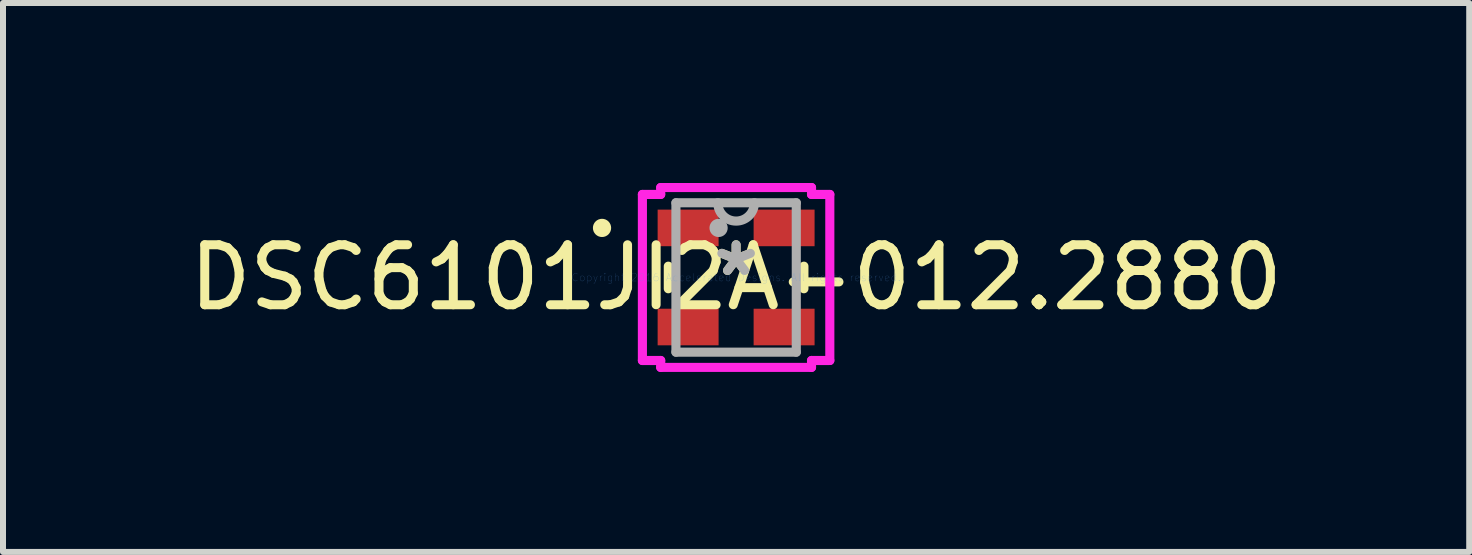
<source format=kicad_pcb>
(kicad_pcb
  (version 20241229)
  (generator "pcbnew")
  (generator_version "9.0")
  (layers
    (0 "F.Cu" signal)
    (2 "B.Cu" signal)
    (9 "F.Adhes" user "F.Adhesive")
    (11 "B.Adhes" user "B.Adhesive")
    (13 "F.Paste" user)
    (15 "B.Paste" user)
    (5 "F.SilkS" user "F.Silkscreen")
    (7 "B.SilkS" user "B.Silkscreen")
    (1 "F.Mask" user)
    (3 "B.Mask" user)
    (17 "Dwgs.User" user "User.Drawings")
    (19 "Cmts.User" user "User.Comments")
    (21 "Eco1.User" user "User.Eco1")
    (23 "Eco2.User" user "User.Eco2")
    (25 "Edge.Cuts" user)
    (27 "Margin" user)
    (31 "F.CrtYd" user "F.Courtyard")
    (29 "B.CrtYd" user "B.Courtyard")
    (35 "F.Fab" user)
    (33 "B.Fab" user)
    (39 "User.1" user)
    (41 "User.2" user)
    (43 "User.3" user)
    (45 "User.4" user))
  (footprint "DSC6101JI2A-012.2880"
    (layer "F.Cu")
    (at 9.22 1.575)
    (property "Reference" "DSC6101JI2A-012.2880" (at 0 0 0) (layer "F.SilkS") (effects (font (size 1 1) (thickness 0.15))))
    (attr through_hole)
    (fp_line (start -1.13 -0.188) (end -1.13 0.188) (stroke (width 0.152) (type solid)) (layer "F.SilkS"))
    (fp_line (start 1.13 0.188) (end 1.13 -0.188) (stroke (width 0.152) (type solid)) (layer "F.SilkS"))
    (fp_circle (center -2.235 -0.826) (end -2.159 -0.826) (stroke (width 0.152) (type solid)) (fill no) (layer "F.SilkS"))
    (fp_line (start -1.562 -1.384) (end -1.257 -1.384) (stroke (width 0.152) (type solid)) (layer "F.CrtYd"))
    (fp_line (start -1.562 1.384) (end -1.562 -1.384) (stroke (width 0.152) (type solid)) (layer "F.CrtYd"))
    (fp_line (start -1.257 -1.499) (end 1.257 -1.499) (stroke (width 0.152) (type solid)) (layer "F.CrtYd"))
    (fp_line (start -1.257 -1.384) (end -1.257 -1.499) (stroke (width 0.152) (type solid)) (layer "F.CrtYd"))
    (fp_line (start -1.257 1.384) (end -1.562 1.384) (stroke (width 0.152) (type solid)) (layer "F.CrtYd"))
    (fp_line (start -1.257 1.499) (end -1.257 1.384) (stroke (width 0.152) (type solid)) (layer "F.CrtYd"))
    (fp_line (start 1.257 -1.499) (end 1.257 -1.384) (stroke (width 0.152) (type solid)) (layer "F.CrtYd"))
    (fp_line (start 1.257 -1.384) (end 1.562 -1.384) (stroke (width 0.152) (type solid)) (layer "F.CrtYd"))
    (fp_line (start 1.257 1.384) (end 1.257 1.499) (stroke (width 0.152) (type solid)) (layer "F.CrtYd"))
    (fp_line (start 1.257 1.499) (end -1.257 1.499) (stroke (width 0.152) (type solid)) (layer "F.CrtYd"))
    (fp_line (start 1.562 -1.384) (end 1.562 1.384) (stroke (width 0.152) (type solid)) (layer "F.CrtYd"))
    (fp_line (start 1.562 1.384) (end 1.257 1.384) (stroke (width 0.152) (type solid)) (layer "F.CrtYd"))
    (fp_line (start -1.003 -1.245) (end -1.003 1.245) (stroke (width 0.152) (type solid)) (layer "F.Fab"))
    (fp_line (start -1.003 1.245) (end 1.003 1.245) (stroke (width 0.152) (type solid)) (layer "F.Fab"))
    (fp_line (start 1.003 -1.245) (end -1.003 -1.245) (stroke (width 0.152) (type solid)) (layer "F.Fab"))
    (fp_line (start 1.003 1.245) (end 1.003 -1.245) (stroke (width 0.152) (type solid)) (layer "F.Fab"))
    (fp_arc (start 0.3048 -1.2446) (mid 0 -0.9398) (end -0.3048 -1.2446) (stroke (width 0.1524) (type solid)) (layer "F.Fab"))
    (fp_circle (center -0.292 -0.826) (end -0.216 -0.826) (stroke (width 0.152) (type solid)) (fill no) (layer "F.Fab"))
    (fp_text user "*" (at 0 0 0) (layer "F.SilkS") (effects (font (size 1 1) (thickness 0.15))))
    (fp_text user "Copyright 2016 Accelerated Designs. All rights reserved." (at 0 0 0) (layer "Cmts.User") (effects (font (size 0.127 0.127) (thickness 0.002))))
    (fp_text user "*" (at 0 0 0) (layer "F.Fab") (effects (font (size 1 1) (thickness 0.15))))
    (pad "1" smd rect (at -0.8 -0.826) (size 1.016 0.61) (layers "F.Cu" "F.Mask" "F.Paste"))
    (pad "2" smd rect (at -0.8 0.826) (size 1.016 0.61) (layers "F.Cu" "F.Mask" "F.Paste"))
    (pad "3" smd rect (at 0.8 0.826) (size 1.016 0.61) (layers "F.Cu" "F.Mask" "F.Paste"))
    (pad "4" smd rect (at 0.8 -0.826) (size 1.016 0.61) (layers "F.Cu" "F.Mask" "F.Paste")))
  (gr_rect
    (start -3 -3)
    (end 21.44 6.15)
    (stroke (width 0.1) (type default))
    (fill no)
    (layer "Edge.Cuts")))
</source>
